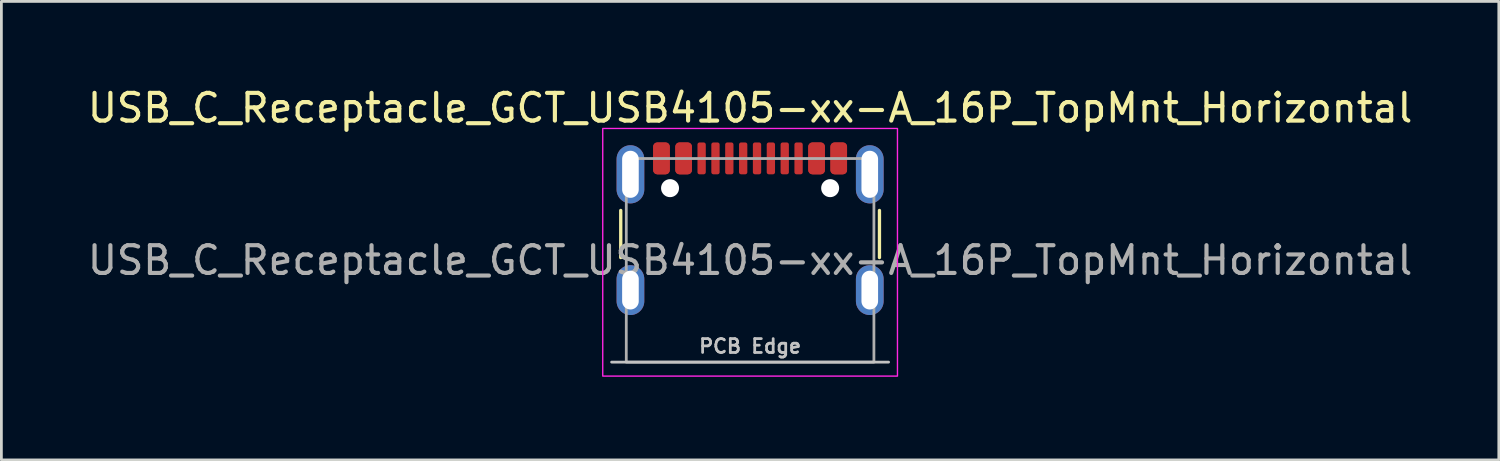
<source format=kicad_pcb>
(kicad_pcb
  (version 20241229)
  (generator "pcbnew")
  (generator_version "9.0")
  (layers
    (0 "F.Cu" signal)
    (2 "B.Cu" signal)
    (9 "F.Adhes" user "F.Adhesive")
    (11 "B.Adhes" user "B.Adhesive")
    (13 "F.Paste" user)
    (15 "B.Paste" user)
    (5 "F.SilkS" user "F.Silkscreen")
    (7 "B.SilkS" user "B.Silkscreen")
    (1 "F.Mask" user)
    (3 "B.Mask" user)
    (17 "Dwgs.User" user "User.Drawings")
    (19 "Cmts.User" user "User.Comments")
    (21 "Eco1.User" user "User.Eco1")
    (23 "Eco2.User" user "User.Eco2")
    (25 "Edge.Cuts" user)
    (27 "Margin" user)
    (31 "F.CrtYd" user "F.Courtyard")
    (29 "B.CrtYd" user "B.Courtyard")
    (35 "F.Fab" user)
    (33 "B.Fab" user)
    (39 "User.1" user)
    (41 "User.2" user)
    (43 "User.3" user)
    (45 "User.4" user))
  (footprint "USB_C_Receptacle_GCT_USB4105-xx-A_16P_TopMnt_Horizontal"
    (layer "F.Cu")
    (at 24.03 6.348)
    (property "Reference" "USB_C_Receptacle_GCT_USB4105-xx-A_16P_TopMnt_Horizontal" (at 0 -5.5 0) (unlocked yes) (layer "F.SilkS") (effects (font (size 1 1) (thickness 0.15))))
    (attr through_hole)
    (fp_line (start -4.67 -0.1) (end -4.67 -1.8) (stroke (width 0.12) (type solid)) (layer "F.SilkS"))
    (fp_line (start 4.67 -0.1) (end 4.67 -1.8) (stroke (width 0.12) (type solid)) (layer "F.SilkS"))
    (fp_line (start 5 3.675) (end -5 3.675) (stroke (width 0.1) (type solid)) (layer "Dwgs.User"))
    (fp_rect (start -5.32 -4.76) (end 5.32 4.18) (stroke (width 0.05) (type solid)) (fill no) (layer "F.CrtYd"))
    (fp_rect (start -4.47 -3.675) (end 4.47 3.675) (stroke (width 0.1) (type solid)) (fill no) (layer "F.Fab"))
    (fp_text user "PCB Edge" (at 0 3.1 0) (unlocked yes) (layer "Dwgs.User") (effects (font (size 0.5 0.5) (thickness 0.1))))
    (fp_text user "${REFERENCE}" (at 0 0 0) (unlocked yes) (layer "F.Fab") (effects (font (size 1 1) (thickness 0.15))))
    (pad "" np_thru_hole circle (at -2.89 -2.605) (size 0.65 0.65) (drill 0.65) (layers "*.Cu" "*.Mask"))
    (pad "" np_thru_hole circle (at 2.89 -2.605) (size 0.65 0.65) (drill 0.65) (layers "*.Cu" "*.Mask"))
    (pad "A1" smd roundrect (at -3.2 -3.68) (size 0.6 1.15) (layers "F.Cu" "F.Mask" "F.Paste") (roundrect_rratio 0.25))
    (pad "A4" smd roundrect (at -2.4 -3.68) (size 0.6 1.15) (layers "F.Cu" "F.Mask" "F.Paste") (roundrect_rratio 0.25))
    (pad "A5" smd roundrect (at -1.25 -3.68) (size 0.3 1.15) (layers "F.Cu" "F.Mask" "F.Paste") (roundrect_rratio 0.25))
    (pad "A6" smd roundrect (at -0.25 -3.68) (size 0.3 1.15) (layers "F.Cu" "F.Mask" "F.Paste") (roundrect_rratio 0.25))
    (pad "A7" smd roundrect (at 0.25 -3.68) (size 0.3 1.15) (layers "F.Cu" "F.Mask" "F.Paste") (roundrect_rratio 0.25))
    (pad "A8" smd roundrect (at 1.25 -3.68) (size 0.3 1.15) (layers "F.Cu" "F.Mask" "F.Paste") (roundrect_rratio 0.25))
    (pad "A9" smd roundrect (at 2.4 -3.68) (size 0.6 1.15) (layers "F.Cu" "F.Mask" "F.Paste") (roundrect_rratio 0.25))
    (pad "A12" smd roundrect (at 3.2 -3.68) (size 0.6 1.15) (layers "F.Cu" "F.Mask" "F.Paste") (roundrect_rratio 0.25))
    (pad "B1" smd roundrect (at 3.2 -3.68) (size 0.6 1.15) (layers "F.Cu" "F.Mask" "F.Paste") (roundrect_rratio 0.25))
    (pad "B4" smd roundrect (at 2.4 -3.68) (size 0.6 1.15) (layers "F.Cu" "F.Mask" "F.Paste") (roundrect_rratio 0.25))
    (pad "B5" smd roundrect (at 1.75 -3.68) (size 0.3 1.15) (layers "F.Cu" "F.Mask" "F.Paste") (roundrect_rratio 0.25))
    (pad "B6" smd roundrect (at 0.75 -3.68) (size 0.3 1.15) (layers "F.Cu" "F.Mask" "F.Paste") (roundrect_rratio 0.25))
    (pad "B7" smd roundrect (at -0.75 -3.68) (size 0.3 1.15) (layers "F.Cu" "F.Mask" "F.Paste") (roundrect_rratio 0.25))
    (pad "B8" smd roundrect (at -1.75 -3.68) (size 0.3 1.15) (layers "F.Cu" "F.Mask" "F.Paste") (roundrect_rratio 0.25))
    (pad "B9" smd roundrect (at -2.4 -3.68) (size 0.6 1.15) (layers "F.Cu" "F.Mask" "F.Paste") (roundrect_rratio 0.25))
    (pad "B12" smd roundrect (at -3.2 -3.68) (size 0.6 1.15) (layers "F.Cu" "F.Mask" "F.Paste") (roundrect_rratio 0.25))
    (pad "S1" thru_hole oval (at -4.32 -3.105) (size 1 2.1) (drill oval 0.6 1.7) (layers "*.Cu" "*.Mask" "F.Paste"))
    (pad "S1" thru_hole oval (at -4.32 1.075) (size 1 1.8) (drill oval 0.6 1.4) (layers "*.Cu" "*.Mask" "F.Paste"))
    (pad "S1" thru_hole oval (at 4.32 -3.105) (size 1 2.1) (drill oval 0.6 1.7) (layers "*.Cu" "*.Mask" "F.Paste"))
    (pad "S1" thru_hole oval (at 4.32 1.075) (size 1 1.8) (drill oval 0.6 1.4) (layers "*.Cu" "*.Mask" "F.Paste")))
  (gr_rect
    (start -3 -3)
    (end 51.06 13.553)
    (stroke (width 0.1) (type default))
    (fill no)
    (layer "Edge.Cuts")))
</source>
